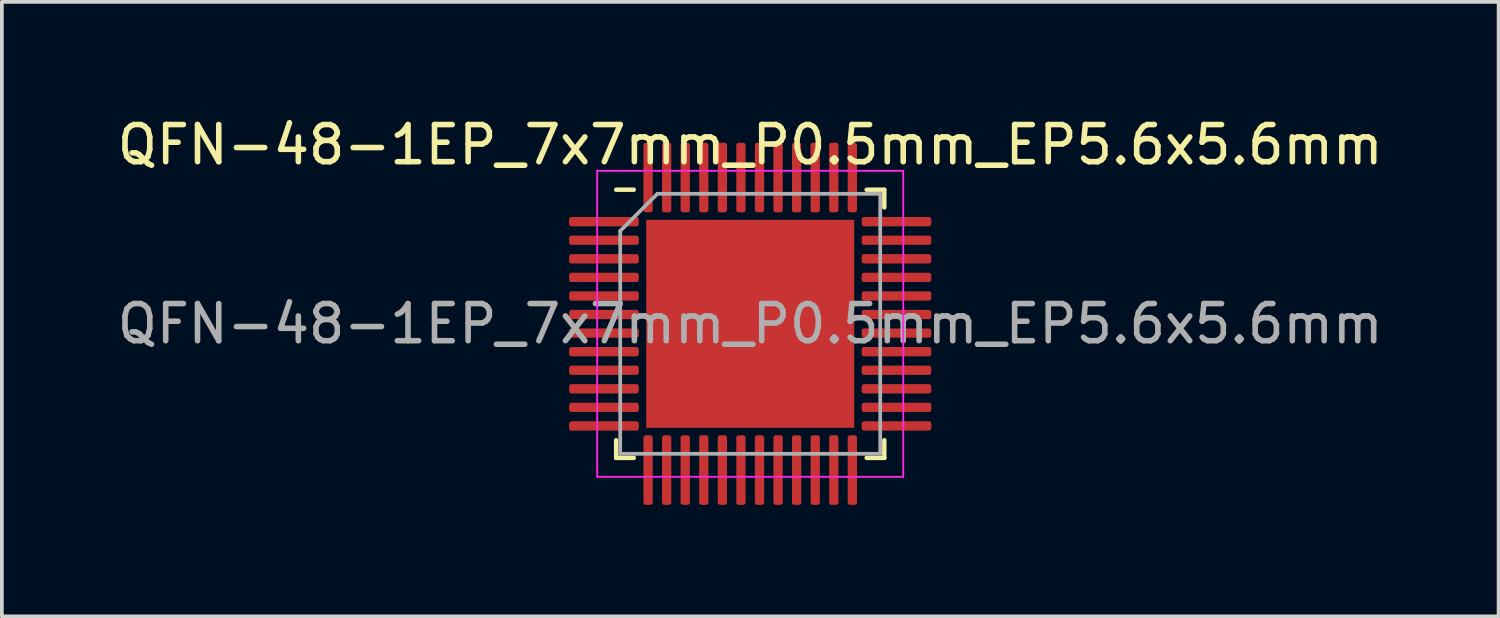
<source format=kicad_pcb>
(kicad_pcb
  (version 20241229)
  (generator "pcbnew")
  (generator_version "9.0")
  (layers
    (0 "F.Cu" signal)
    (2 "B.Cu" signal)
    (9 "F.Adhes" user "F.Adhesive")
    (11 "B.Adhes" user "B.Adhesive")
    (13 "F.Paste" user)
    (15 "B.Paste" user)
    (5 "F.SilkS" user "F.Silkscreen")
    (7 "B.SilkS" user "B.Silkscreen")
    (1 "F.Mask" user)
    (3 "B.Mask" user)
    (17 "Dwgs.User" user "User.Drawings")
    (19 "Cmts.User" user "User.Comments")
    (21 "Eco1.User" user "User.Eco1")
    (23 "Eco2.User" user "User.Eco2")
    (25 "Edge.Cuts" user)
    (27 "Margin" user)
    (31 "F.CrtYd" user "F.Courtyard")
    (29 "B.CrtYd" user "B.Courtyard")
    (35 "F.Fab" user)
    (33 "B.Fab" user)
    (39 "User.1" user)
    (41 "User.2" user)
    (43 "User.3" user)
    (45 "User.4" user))
  (footprint "QFN-48-1EP_7x7mm_P0.5mm_EP5.6x5.6mm"
    (layer "F.Cu")
    (at 17.149 5.668)
    (property "Reference" "QFN-48-1EP_7x7mm_P0.5mm_EP5.6x5.6mm" (at 0 -4.82 0) (layer "F.SilkS") (effects (font (size 1 1) (thickness 0.15))))
    (attr smd)
    (fp_line (start -3.61 3.61) (end -3.61 3.135) (stroke (width 0.12) (type solid)) (layer "F.SilkS"))
    (fp_line (start -3.135 -3.61) (end -3.61 -3.61) (stroke (width 0.12) (type solid)) (layer "F.SilkS"))
    (fp_line (start -3.135 3.61) (end -3.61 3.61) (stroke (width 0.12) (type solid)) (layer "F.SilkS"))
    (fp_line (start 3.135 -3.61) (end 3.61 -3.61) (stroke (width 0.12) (type solid)) (layer "F.SilkS"))
    (fp_line (start 3.135 3.61) (end 3.61 3.61) (stroke (width 0.12) (type solid)) (layer "F.SilkS"))
    (fp_line (start 3.61 -3.61) (end 3.61 -3.135) (stroke (width 0.12) (type solid)) (layer "F.SilkS"))
    (fp_line (start 3.61 3.61) (end 3.61 3.135) (stroke (width 0.12) (type solid)) (layer "F.SilkS"))
    (fp_line (start -4.12 -4.12) (end -4.12 4.12) (stroke (width 0.05) (type solid)) (layer "F.CrtYd"))
    (fp_line (start -4.12 4.12) (end 4.12 4.12) (stroke (width 0.05) (type solid)) (layer "F.CrtYd"))
    (fp_line (start 4.12 -4.12) (end -4.12 -4.12) (stroke (width 0.05) (type solid)) (layer "F.CrtYd"))
    (fp_line (start 4.12 4.12) (end 4.12 -4.12) (stroke (width 0.05) (type solid)) (layer "F.CrtYd"))
    (fp_line (start -3.5 -2.5) (end -2.5 -3.5) (stroke (width 0.1) (type solid)) (layer "F.Fab"))
    (fp_line (start -3.5 3.5) (end -3.5 -2.5) (stroke (width 0.1) (type solid)) (layer "F.Fab"))
    (fp_line (start -2.5 -3.5) (end 3.5 -3.5) (stroke (width 0.1) (type solid)) (layer "F.Fab"))
    (fp_line (start 3.5 -3.5) (end 3.5 3.5) (stroke (width 0.1) (type solid)) (layer "F.Fab"))
    (fp_line (start 3.5 3.5) (end -3.5 3.5) (stroke (width 0.1) (type solid)) (layer "F.Fab"))
    (fp_text user "${REFERENCE}" (at 0 0 0) (layer "F.Fab") (effects (font (size 1 1) (thickness 0.15))))
    (pad "" smd roundrect (at -2.1 -2.1) (size 1.13 1.13) (layers "F.Paste") (roundrect_rratio 0.221))
    (pad "" smd roundrect (at -2.1 -0.7) (size 1.13 1.13) (layers "F.Paste") (roundrect_rratio 0.221))
    (pad "" smd roundrect (at -2.1 0.7) (size 1.13 1.13) (layers "F.Paste") (roundrect_rratio 0.221))
    (pad "" smd roundrect (at -2.1 2.1) (size 1.13 1.13) (layers "F.Paste") (roundrect_rratio 0.221))
    (pad "" smd roundrect (at -0.7 -2.1) (size 1.13 1.13) (layers "F.Paste") (roundrect_rratio 0.221))
    (pad "" smd roundrect (at -0.7 -0.7) (size 1.13 1.13) (layers "F.Paste") (roundrect_rratio 0.221))
    (pad "" smd roundrect (at -0.7 0.7) (size 1.13 1.13) (layers "F.Paste") (roundrect_rratio 0.221))
    (pad "" smd roundrect (at -0.7 2.1) (size 1.13 1.13) (layers "F.Paste") (roundrect_rratio 0.221))
    (pad "" smd roundrect (at 0.7 -2.1) (size 1.13 1.13) (layers "F.Paste") (roundrect_rratio 0.221))
    (pad "" smd roundrect (at 0.7 -0.7) (size 1.13 1.13) (layers "F.Paste") (roundrect_rratio 0.221))
    (pad "" smd roundrect (at 0.7 0.7) (size 1.13 1.13) (layers "F.Paste") (roundrect_rratio 0.221))
    (pad "" smd roundrect (at 0.7 2.1) (size 1.13 1.13) (layers "F.Paste") (roundrect_rratio 0.221))
    (pad "" smd roundrect (at 2.1 -2.1) (size 1.13 1.13) (layers "F.Paste") (roundrect_rratio 0.221))
    (pad "" smd roundrect (at 2.1 -0.7) (size 1.13 1.13) (layers "F.Paste") (roundrect_rratio 0.221))
    (pad "" smd roundrect (at 2.1 0.7) (size 1.13 1.13) (layers "F.Paste") (roundrect_rratio 0.221))
    (pad "" smd roundrect (at 2.1 2.1) (size 1.13 1.13) (layers "F.Paste") (roundrect_rratio 0.221))
    (pad "1" smd roundrect (at -3.938 -2.75) (size 1.875 0.25) (layers "F.Cu" "F.Mask" "F.Paste") (roundrect_rratio 0.25))
    (pad "2" smd roundrect (at -3.938 -2.25) (size 1.875 0.25) (layers "F.Cu" "F.Mask" "F.Paste") (roundrect_rratio 0.25))
    (pad "3" smd roundrect (at -3.938 -1.75) (size 1.875 0.25) (layers "F.Cu" "F.Mask" "F.Paste") (roundrect_rratio 0.25))
    (pad "4" smd roundrect (at -3.938 -1.25) (size 1.875 0.25) (layers "F.Cu" "F.Mask" "F.Paste") (roundrect_rratio 0.25))
    (pad "5" smd roundrect (at -3.938 -0.75) (size 1.875 0.25) (layers "F.Cu" "F.Mask" "F.Paste") (roundrect_rratio 0.25))
    (pad "6" smd roundrect (at -3.938 -0.25) (size 1.875 0.25) (layers "F.Cu" "F.Mask" "F.Paste") (roundrect_rratio 0.25))
    (pad "7" smd roundrect (at -3.938 0.25) (size 1.875 0.25) (layers "F.Cu" "F.Mask" "F.Paste") (roundrect_rratio 0.25))
    (pad "8" smd roundrect (at -3.938 0.75) (size 1.875 0.25) (layers "F.Cu" "F.Mask" "F.Paste") (roundrect_rratio 0.25))
    (pad "9" smd roundrect (at -3.938 1.25) (size 1.875 0.25) (layers "F.Cu" "F.Mask" "F.Paste") (roundrect_rratio 0.25))
    (pad "10" smd roundrect (at -3.938 1.75) (size 1.875 0.25) (layers "F.Cu" "F.Mask" "F.Paste") (roundrect_rratio 0.25))
    (pad "11" smd roundrect (at -3.938 2.25) (size 1.875 0.25) (layers "F.Cu" "F.Mask" "F.Paste") (roundrect_rratio 0.25))
    (pad "12" smd roundrect (at -3.938 2.75) (size 1.875 0.25) (layers "F.Cu" "F.Mask" "F.Paste") (roundrect_rratio 0.25))
    (pad "13" smd roundrect (at -2.75 3.938) (size 0.25 1.875) (layers "F.Cu" "F.Mask" "F.Paste") (roundrect_rratio 0.25))
    (pad "14" smd roundrect (at -2.25 3.938) (size 0.25 1.875) (layers "F.Cu" "F.Mask" "F.Paste") (roundrect_rratio 0.25))
    (pad "15" smd roundrect (at -1.75 3.938) (size 0.25 1.875) (layers "F.Cu" "F.Mask" "F.Paste") (roundrect_rratio 0.25))
    (pad "16" smd roundrect (at -1.25 3.938) (size 0.25 1.875) (layers "F.Cu" "F.Mask" "F.Paste") (roundrect_rratio 0.25))
    (pad "17" smd roundrect (at -0.75 3.938) (size 0.25 1.875) (layers "F.Cu" "F.Mask" "F.Paste") (roundrect_rratio 0.25))
    (pad "18" smd roundrect (at -0.25 3.938) (size 0.25 1.875) (layers "F.Cu" "F.Mask" "F.Paste") (roundrect_rratio 0.25))
    (pad "19" smd roundrect (at 0.25 3.938) (size 0.25 1.875) (layers "F.Cu" "F.Mask" "F.Paste") (roundrect_rratio 0.25))
    (pad "20" smd roundrect (at 0.75 3.938) (size 0.25 1.875) (layers "F.Cu" "F.Mask" "F.Paste") (roundrect_rratio 0.25))
    (pad "21" smd roundrect (at 1.25 3.938) (size 0.25 1.875) (layers "F.Cu" "F.Mask" "F.Paste") (roundrect_rratio 0.25))
    (pad "22" smd roundrect (at 1.75 3.938) (size 0.25 1.875) (layers "F.Cu" "F.Mask" "F.Paste") (roundrect_rratio 0.25))
    (pad "23" smd roundrect (at 2.25 3.938) (size 0.25 1.875) (layers "F.Cu" "F.Mask" "F.Paste") (roundrect_rratio 0.25))
    (pad "24" smd roundrect (at 2.75 3.938) (size 0.25 1.875) (layers "F.Cu" "F.Mask" "F.Paste") (roundrect_rratio 0.25))
    (pad "25" smd roundrect (at 3.938 2.75) (size 1.875 0.25) (layers "F.Cu" "F.Mask" "F.Paste") (roundrect_rratio 0.25))
    (pad "26" smd roundrect (at 3.938 2.25) (size 1.875 0.25) (layers "F.Cu" "F.Mask" "F.Paste") (roundrect_rratio 0.25))
    (pad "27" smd roundrect (at 3.938 1.75) (size 1.875 0.25) (layers "F.Cu" "F.Mask" "F.Paste") (roundrect_rratio 0.25))
    (pad "28" smd roundrect (at 3.938 1.25) (size 1.875 0.25) (layers "F.Cu" "F.Mask" "F.Paste") (roundrect_rratio 0.25))
    (pad "29" smd roundrect (at 3.938 0.75) (size 1.875 0.25) (layers "F.Cu" "F.Mask" "F.Paste") (roundrect_rratio 0.25))
    (pad "30" smd roundrect (at 3.938 0.25) (size 1.875 0.25) (layers "F.Cu" "F.Mask" "F.Paste") (roundrect_rratio 0.25))
    (pad "31" smd roundrect (at 3.938 -0.25) (size 1.875 0.25) (layers "F.Cu" "F.Mask" "F.Paste") (roundrect_rratio 0.25))
    (pad "32" smd roundrect (at 3.938 -0.75) (size 1.875 0.25) (layers "F.Cu" "F.Mask" "F.Paste") (roundrect_rratio 0.25))
    (pad "33" smd roundrect (at 3.938 -1.25) (size 1.875 0.25) (layers "F.Cu" "F.Mask" "F.Paste") (roundrect_rratio 0.25))
    (pad "34" smd roundrect (at 3.938 -1.75) (size 1.875 0.25) (layers "F.Cu" "F.Mask" "F.Paste") (roundrect_rratio 0.25))
    (pad "35" smd roundrect (at 3.938 -2.25) (size 1.875 0.25) (layers "F.Cu" "F.Mask" "F.Paste") (roundrect_rratio 0.25))
    (pad "36" smd roundrect (at 3.938 -2.75) (size 1.875 0.25) (layers "F.Cu" "F.Mask" "F.Paste") (roundrect_rratio 0.25))
    (pad "37" smd roundrect (at 2.75 -3.938) (size 0.25 1.875) (layers "F.Cu" "F.Mask" "F.Paste") (roundrect_rratio 0.25))
    (pad "38" smd roundrect (at 2.25 -3.938) (size 0.25 1.875) (layers "F.Cu" "F.Mask" "F.Paste") (roundrect_rratio 0.25))
    (pad "39" smd roundrect (at 1.75 -3.938) (size 0.25 1.875) (layers "F.Cu" "F.Mask" "F.Paste") (roundrect_rratio 0.25))
    (pad "40" smd roundrect (at 1.25 -3.938) (size 0.25 1.875) (layers "F.Cu" "F.Mask" "F.Paste") (roundrect_rratio 0.25))
    (pad "41" smd roundrect (at 0.75 -3.938) (size 0.25 1.875) (layers "F.Cu" "F.Mask" "F.Paste") (roundrect_rratio 0.25))
    (pad "42" smd roundrect (at 0.25 -3.938) (size 0.25 1.875) (layers "F.Cu" "F.Mask" "F.Paste") (roundrect_rratio 0.25))
    (pad "43" smd roundrect (at -0.25 -3.938) (size 0.25 1.875) (layers "F.Cu" "F.Mask" "F.Paste") (roundrect_rratio 0.25))
    (pad "44" smd roundrect (at -0.75 -3.938) (size 0.25 1.875) (layers "F.Cu" "F.Mask" "F.Paste") (roundrect_rratio 0.25))
    (pad "45" smd roundrect (at -1.25 -3.938) (size 0.25 1.875) (layers "F.Cu" "F.Mask" "F.Paste") (roundrect_rratio 0.25))
    (pad "46" smd roundrect (at -1.75 -3.938) (size 0.25 1.875) (layers "F.Cu" "F.Mask" "F.Paste") (roundrect_rratio 0.25))
    (pad "47" smd roundrect (at -2.25 -3.938) (size 0.25 1.875) (layers "F.Cu" "F.Mask" "F.Paste") (roundrect_rratio 0.25))
    (pad "48" smd roundrect (at -2.75 -3.938) (size 0.25 1.875) (layers "F.Cu" "F.Mask" "F.Paste") (roundrect_rratio 0.25))
    (pad "49" smd rect (at 0 0) (size 5.6 5.6) (layers "F.Cu" "F.Mask")))
  (gr_rect
    (start -3 -3)
    (end 37.298 13.543)
    (stroke (width 0.1) (type default))
    (fill no)
    (layer "Edge.Cuts")))
</source>
